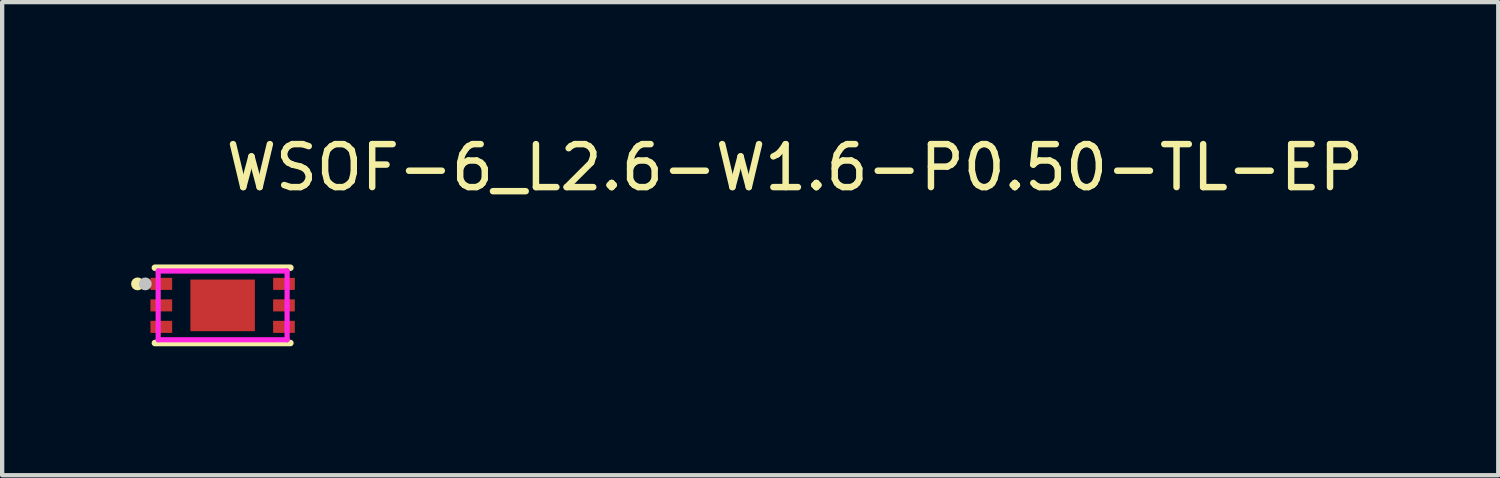
<source format=kicad_pcb>
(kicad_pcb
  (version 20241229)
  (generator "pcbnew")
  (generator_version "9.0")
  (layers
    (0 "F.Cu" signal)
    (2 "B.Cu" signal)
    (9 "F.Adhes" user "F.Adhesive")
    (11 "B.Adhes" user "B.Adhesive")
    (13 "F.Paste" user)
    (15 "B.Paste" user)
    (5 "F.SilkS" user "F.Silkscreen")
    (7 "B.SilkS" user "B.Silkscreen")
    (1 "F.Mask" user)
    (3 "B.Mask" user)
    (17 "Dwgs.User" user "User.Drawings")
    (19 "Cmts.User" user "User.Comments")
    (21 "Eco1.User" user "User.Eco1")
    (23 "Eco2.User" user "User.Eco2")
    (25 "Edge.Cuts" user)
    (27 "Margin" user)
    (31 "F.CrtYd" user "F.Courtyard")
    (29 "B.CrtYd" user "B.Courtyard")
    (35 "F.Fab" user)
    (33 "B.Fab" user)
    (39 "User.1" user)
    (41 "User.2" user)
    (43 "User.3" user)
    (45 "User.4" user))
  (footprint "WSOF-6_L2.6-W1.6-P0.50-TL-EP"
    (layer "F.Cu")
    (at 2.13 4.055)
    (property "Reference" "WSOF-6_L2.6-W1.6-P0.50-TL-EP" (at 0 -3.207 0) (layer "F.SilkS") (effects (font (size 1 1) (thickness 0.15)) (justify left)))
    (attr through_hole)
    (fp_line (start -1.576 -0.876) (end 1.576 -0.876) (stroke (width 0.152) (type solid)) (layer "F.SilkS"))
    (fp_line (start -1.576 0.876) (end 1.576 0.876) (stroke (width 0.152) (type solid)) (layer "F.SilkS"))
    (fp_circle (center -1.98 -0.5) (end -1.905 -0.5) (stroke (width 0.15) (type solid)) (fill no) (layer "F.SilkS"))
    (fp_circle (center -1.8 -0.5) (end -1.725 -0.5) (stroke (width 0.15) (type solid)) (fill no) (layer "Dwgs.User"))
    (fp_circle (center -1.5 -0.8) (end -1.47 -0.8) (stroke (width 0.06) (type solid)) (fill no) (layer "Eco2.User"))
    (fp_poly (pts (xy -1.5 -0.61) (xy -1.2 -0.61) (xy -1.2 -0.39) (xy -1.5 -0.39)) (stroke (width 0.12) (type solid)) (fill no) (layer "Eco2.User"))
    (fp_poly (pts (xy -1.5 -0.11) (xy -1.2 -0.11) (xy -1.2 0.11) (xy -1.5 0.11)) (stroke (width 0.12) (type solid)) (fill no) (layer "Eco2.User"))
    (fp_poly (pts (xy -1.5 0.39) (xy -1.2 0.39) (xy -1.2 0.61) (xy -1.5 0.61)) (stroke (width 0.12) (type solid)) (fill no) (layer "Eco2.User"))
    (fp_poly (pts (xy 1.5 -0.61) (xy 1.2 -0.61) (xy 1.2 -0.39) (xy 1.5 -0.39)) (stroke (width 0.12) (type solid)) (fill no) (layer "Eco2.User"))
    (fp_poly (pts (xy 1.5 -0.11) (xy 1.2 -0.11) (xy 1.2 0.11) (xy 1.5 0.11)) (stroke (width 0.12) (type solid)) (fill no) (layer "Eco2.User"))
    (fp_poly (pts (xy 1.5 0.39) (xy 1.2 0.39) (xy 1.2 0.61) (xy 1.5 0.61)) (stroke (width 0.12) (type solid)) (fill no) (layer "Eco2.User"))
    (fp_poly (pts (xy -0.6 -0.6) (xy 0.75 -0.6) (xy 0.75 0.6) (xy -0.75 0.6) (xy -0.75 -0.45)) (stroke (width 0.12) (type solid)) (fill no) (layer "Eco2.User"))
    (fp_line (start -1.5 -0.8) (end 1.5 -0.8) (stroke (width 0.12) (type solid)) (layer "F.CrtYd"))
    (fp_line (start -1.5 0.8) (end -1.5 -0.8) (stroke (width 0.12) (type solid)) (layer "F.CrtYd"))
    (fp_line (start 1.5 -0.8) (end 1.5 0.8) (stroke (width 0.12) (type solid)) (layer "F.CrtYd"))
    (fp_line (start 1.5 0.8) (end -1.5 0.8) (stroke (width 0.12) (type solid)) (layer "F.CrtYd"))
    (pad "1" smd rect (at -1.427 -0.5) (size 0.505 0.28) (layers "F.Cu" "F.Mask" "F.Paste"))
    (pad "2" smd rect (at -1.427 0) (size 0.505 0.28) (layers "F.Cu" "F.Mask" "F.Paste"))
    (pad "3" smd rect (at -1.427 0.5) (size 0.505 0.28) (layers "F.Cu" "F.Mask" "F.Paste"))
    (pad "4" smd rect (at 1.427 0.5) (size 0.505 0.28) (layers "F.Cu" "F.Mask" "F.Paste"))
    (pad "5" smd rect (at 1.427 0) (size 0.505 0.28) (layers "F.Cu" "F.Mask" "F.Paste"))
    (pad "6" smd rect (at 1.427 -0.5) (size 0.505 0.28) (layers "F.Cu" "F.Mask" "F.Paste"))
    (pad "7" smd rect (at 0 0) (size 1.5 1.2) (layers "F.Cu" "F.Mask" "F.Paste")))
  (gr_rect
    (start -3 -3)
    (end 31.809 8.007)
    (stroke (width 0.1) (type default))
    (fill no)
    (layer "Edge.Cuts")))
</source>
